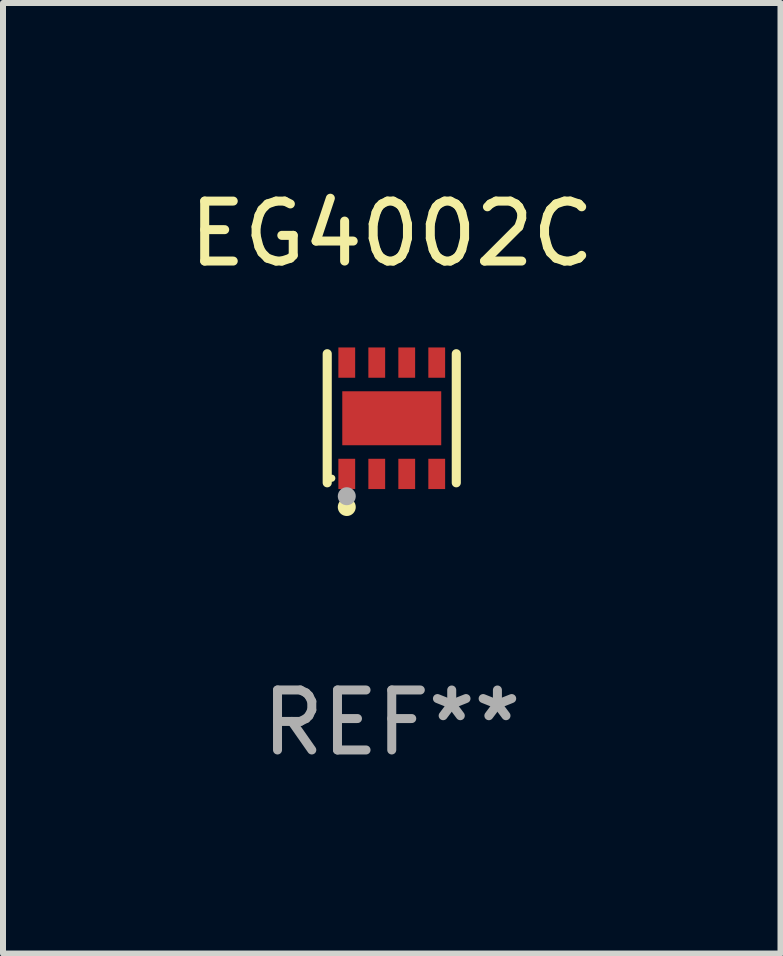
<source format=kicad_pcb>
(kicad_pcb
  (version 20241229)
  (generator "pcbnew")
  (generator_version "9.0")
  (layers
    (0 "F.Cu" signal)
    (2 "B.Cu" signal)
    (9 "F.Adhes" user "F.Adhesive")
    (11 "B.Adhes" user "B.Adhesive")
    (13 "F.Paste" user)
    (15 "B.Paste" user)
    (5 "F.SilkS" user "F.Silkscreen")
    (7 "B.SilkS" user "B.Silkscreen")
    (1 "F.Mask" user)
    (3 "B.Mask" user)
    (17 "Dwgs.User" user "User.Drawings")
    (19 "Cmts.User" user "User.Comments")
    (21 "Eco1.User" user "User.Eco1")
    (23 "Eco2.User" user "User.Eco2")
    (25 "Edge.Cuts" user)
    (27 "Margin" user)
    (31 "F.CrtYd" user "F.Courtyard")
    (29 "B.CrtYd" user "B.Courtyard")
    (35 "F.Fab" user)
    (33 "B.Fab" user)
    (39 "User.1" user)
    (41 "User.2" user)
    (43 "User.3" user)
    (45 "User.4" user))
  (footprint "EG4002C"
    (layer "F.Cu")
    (at 3.482 3.924)
    (property "Reference" "EG4002C" (at 0 -3.076 0) (layer "F.SilkS") (effects (font (size 1 1) (thickness 0.15))))
    (attr through_hole)
    (fp_line (start -1.076 1.076) (end -1.076 -1.076) (stroke (width 0.152) (type solid)) (layer "F.SilkS"))
    (fp_line (start 1.076 1.076) (end 1.076 -1.076) (stroke (width 0.152) (type solid)) (layer "F.SilkS"))
    (fp_circle (center -1 1) (end -0.97 1) (stroke (width 0.06) (type solid)) (fill no) (layer "F.SilkS"))
    (fp_circle (center -0.75 1.48) (end -0.675 1.48) (stroke (width 0.15) (type solid)) (fill no) (layer "F.SilkS"))
    (fp_circle (center -0.75 1.3) (end -0.675 1.3) (stroke (width 0.15) (type solid)) (fill no) (layer "F.Fab"))
    (fp_text user "REF**" (at 0 5.076 0) (layer "F.Fab") (effects (font (size 1 1) (thickness 0.15))))
    (pad "1" smd rect (at -0.75 0.928) (size 0.28 0.505) (layers "F.Cu" "F.Mask" "F.Paste"))
    (pad "2" smd rect (at -0.25 0.928) (size 0.28 0.505) (layers "F.Cu" "F.Mask" "F.Paste"))
    (pad "3" smd rect (at 0.25 0.928) (size 0.28 0.505) (layers "F.Cu" "F.Mask" "F.Paste"))
    (pad "4" smd rect (at 0.75 0.928) (size 0.28 0.505) (layers "F.Cu" "F.Mask" "F.Paste"))
    (pad "5" smd rect (at 0.75 -0.928) (size 0.28 0.505) (layers "F.Cu" "F.Mask" "F.Paste"))
    (pad "6" smd rect (at 0.25 -0.928) (size 0.28 0.505) (layers "F.Cu" "F.Mask" "F.Paste"))
    (pad "7" smd rect (at -0.25 -0.928) (size 0.28 0.505) (layers "F.Cu" "F.Mask" "F.Paste"))
    (pad "8" smd rect (at -0.75 -0.928) (size 0.28 0.505) (layers "F.Cu" "F.Mask" "F.Paste"))
    (pad "9" smd rect (at 0 0) (size 1.65 0.9) (layers "F.Cu" "F.Mask" "F.Paste")))
  (gr_rect
    (start -3 -3)
    (end 9.964 12.849)
    (stroke (width 0.1) (type default))
    (fill no)
    (layer "Edge.Cuts")))
</source>
